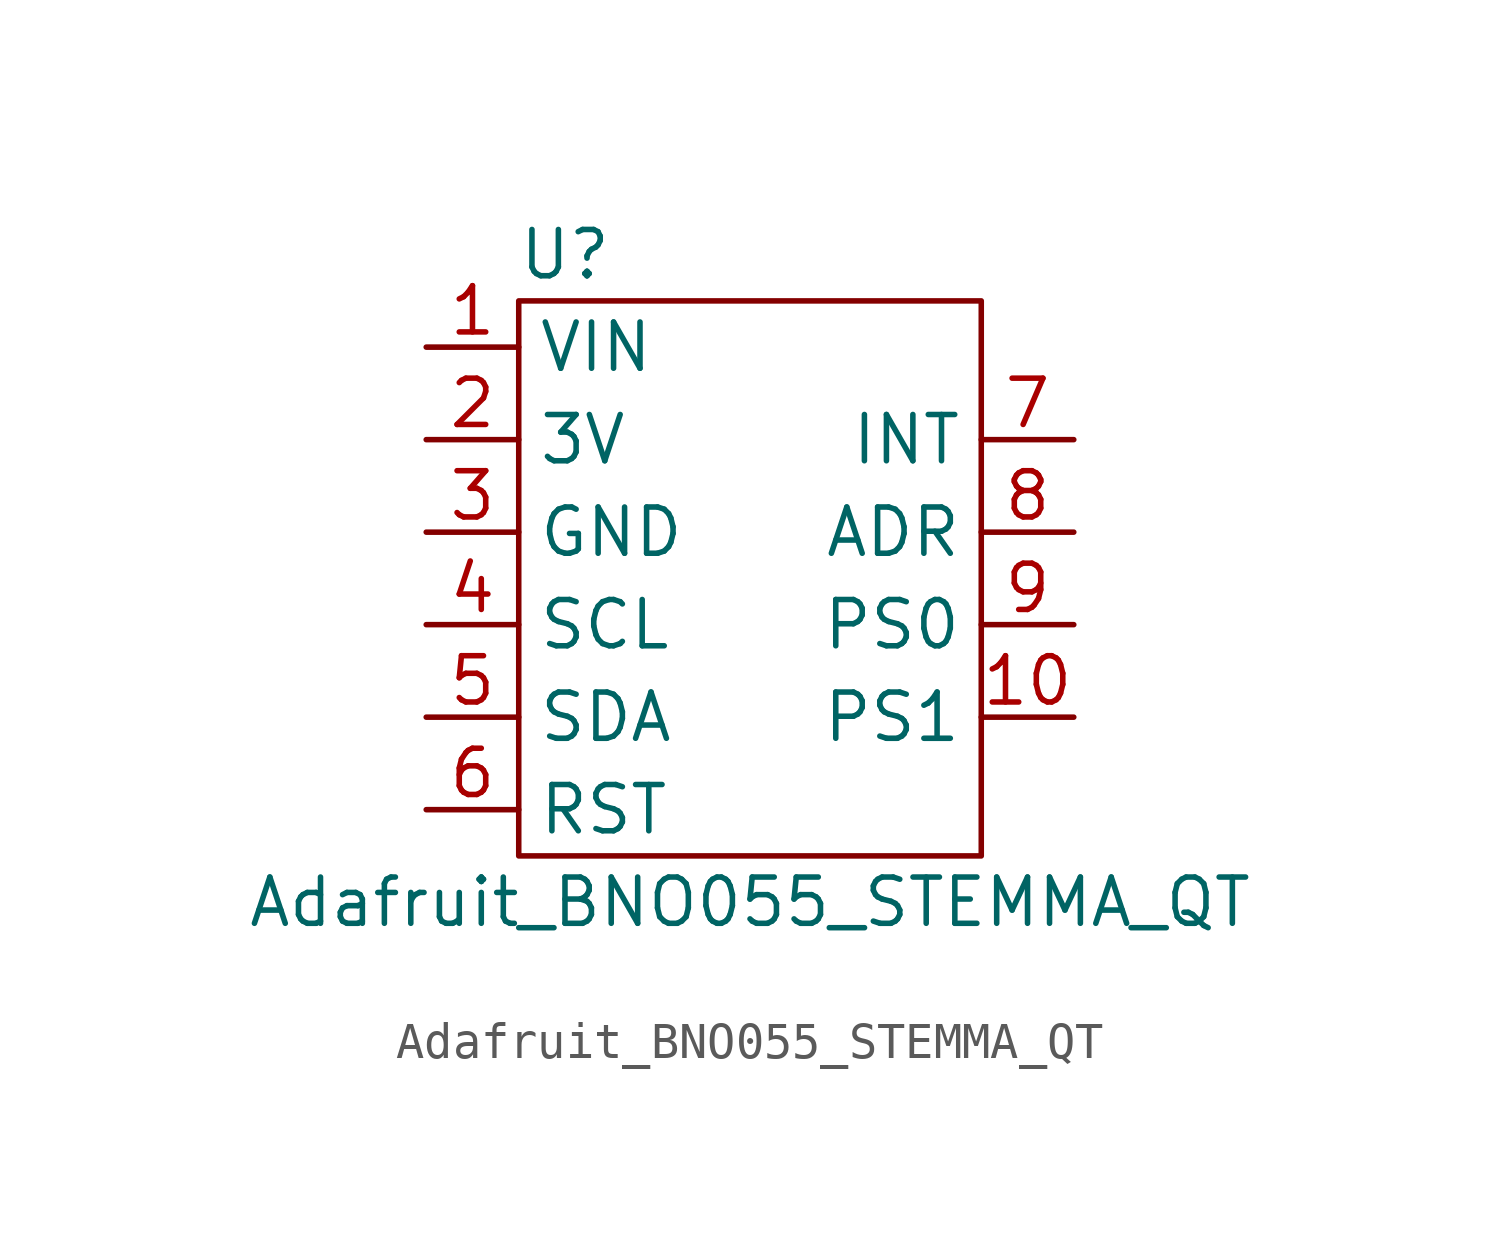
<source format=kicad_sym>
(kicad_symbol_lib
  (version 20211014)
  (generator kicad_symbol_editor)
  (symbol "Adafruit_BNO055_STEMMA_QT"
    (property "Reference" "U"
      (at -5.08 8.89 0)
      (effects (font (size 1.27 1.27))))
    (property "Value" "Adafruit_BNO055_STEMMA_QT"
      (at 0 -8.89 0)
      (effects (font (size 1.27 1.27))))
    (symbol "Adafruit_BNO055_STEMMA_QT_0_1"
      (rectangle (start 6.35 7.62) (end -6.35 -7.62) (stroke (width 0.152) (type default) (color 0 0 0 0)) (fill (type none))))
    (symbol "Adafruit_BNO055_STEMMA_QT_1_1"
      (pin passive line (at -8.89 6.35 0) (length 2.54) (name "VIN" (effects (font (size 1.27 1.27)))) (number "1" (effects (font (size 1.27 1.27)))))
      (pin passive line (at 8.89 -3.81 180) (length 2.54) (name "PS1" (effects (font (size 1.27 1.27)))) (number "10" (effects (font (size 1.27 1.27)))))
      (pin passive line (at -8.89 3.81 0) (length 2.54) (name "3V" (effects (font (size 1.27 1.27)))) (number "2" (effects (font (size 1.27 1.27)))))
      (pin passive line (at -8.89 1.27 0) (length 2.54) (name "GND" (effects (font (size 1.27 1.27)))) (number "3" (effects (font (size 1.27 1.27)))))
      (pin passive line (at -8.89 -1.27 0) (length 2.54) (name "SCL" (effects (font (size 1.27 1.27)))) (number "4" (effects (font (size 1.27 1.27)))))
      (pin passive line (at -8.89 -3.81 0) (length 2.54) (name "SDA" (effects (font (size 1.27 1.27)))) (number "5" (effects (font (size 1.27 1.27)))))
      (pin passive line (at -8.89 -6.35 0) (length 2.54) (name "RST" (effects (font (size 1.27 1.27)))) (number "6" (effects (font (size 1.27 1.27)))))
      (pin passive line (at 8.89 3.81 180) (length 2.54) (name "INT" (effects (font (size 1.27 1.27)))) (number "7" (effects (font (size 1.27 1.27)))))
      (pin passive line (at 8.89 1.27 180) (length 2.54) (name "ADR" (effects (font (size 1.27 1.27)))) (number "8" (effects (font (size 1.27 1.27)))))
      (pin passive line (at 8.89 -1.27 180) (length 2.54) (name "PS0" (effects (font (size 1.27 1.27)))) (number "9" (effects (font (size 1.27 1.27))))))))
</source>
